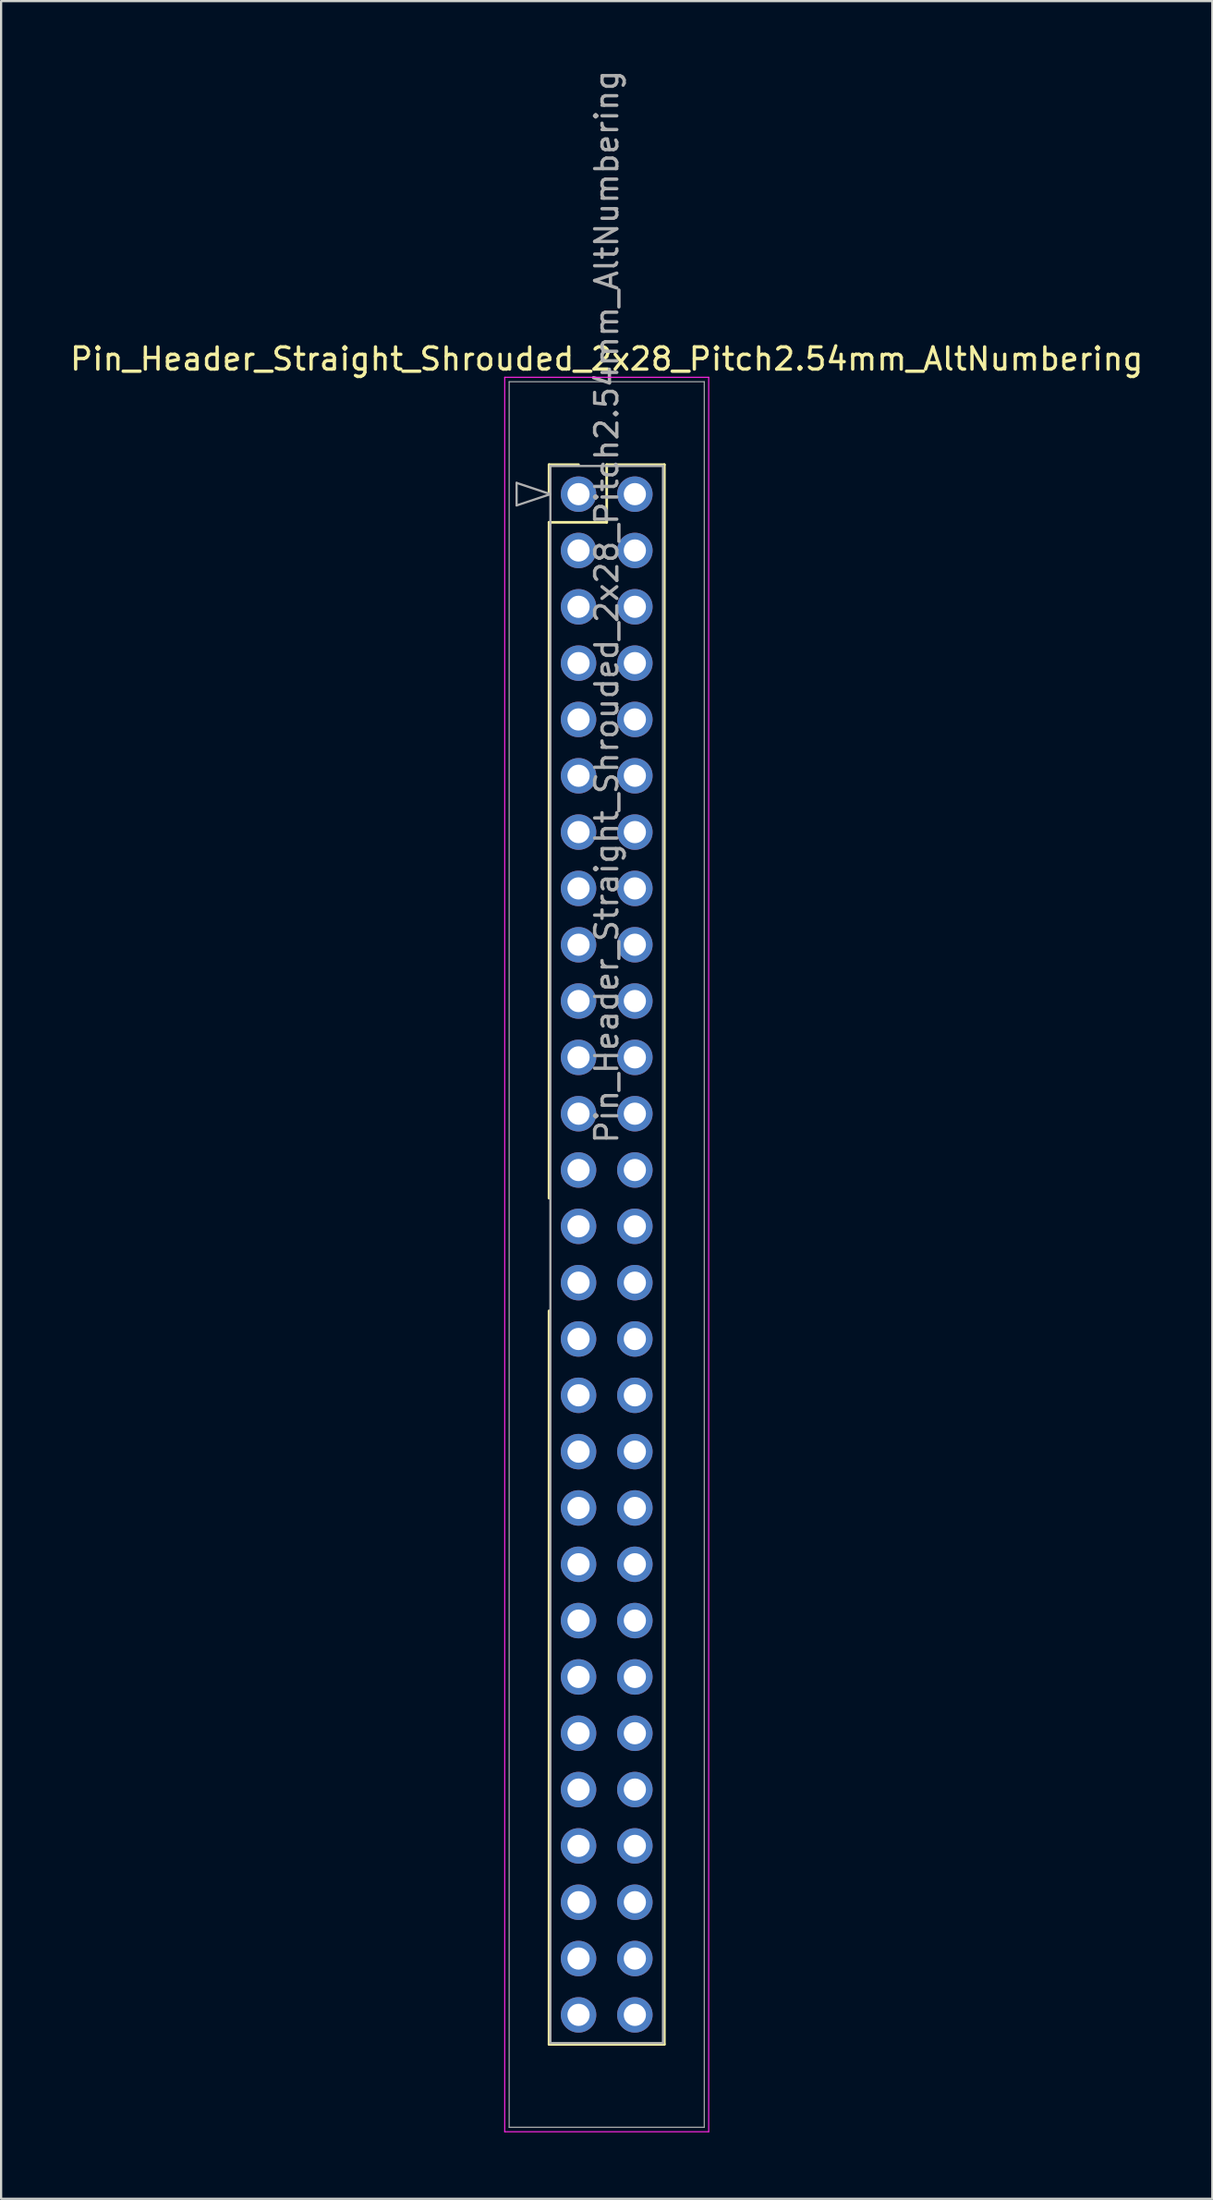
<source format=kicad_pcb>
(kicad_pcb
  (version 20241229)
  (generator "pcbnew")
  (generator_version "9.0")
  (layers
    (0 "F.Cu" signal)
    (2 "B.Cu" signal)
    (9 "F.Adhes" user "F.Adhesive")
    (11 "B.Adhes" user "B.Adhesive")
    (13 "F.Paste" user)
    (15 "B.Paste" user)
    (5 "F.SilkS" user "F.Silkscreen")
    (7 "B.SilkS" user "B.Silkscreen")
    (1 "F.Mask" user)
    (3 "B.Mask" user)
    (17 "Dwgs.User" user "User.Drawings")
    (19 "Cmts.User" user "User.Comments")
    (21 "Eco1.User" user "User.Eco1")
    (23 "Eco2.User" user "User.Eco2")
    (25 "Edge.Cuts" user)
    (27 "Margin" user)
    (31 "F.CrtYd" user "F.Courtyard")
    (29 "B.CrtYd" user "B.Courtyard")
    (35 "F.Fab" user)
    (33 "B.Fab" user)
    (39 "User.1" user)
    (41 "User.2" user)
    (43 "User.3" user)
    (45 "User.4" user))
  (footprint "Pin_Header_Straight_Shrouded_2x28_Pitch2.54mm_AltNumbering"
    (layer "F.Cu")
    (at 23.045 19.235)
    (property "Reference" "Pin_Header_Straight_Shrouded_2x28_Pitch2.54mm_AltNumbering" (at 1.27 -6.096 0) (layer "F.SilkS") (effects (font (size 1 1) (thickness 0.15))))
    (attr through_hole)
    (fp_line (start -1.33 -1.33) (end 0 -1.33) (stroke (width 0.12) (type solid)) (layer "F.SilkS"))
    (fp_line (start -1.33 0) (end -1.33 -1.33) (stroke (width 0.12) (type solid)) (layer "F.SilkS"))
    (fp_line (start -1.33 1.27) (end -1.33 31.75) (stroke (width 0.12) (type solid)) (layer "F.SilkS"))
    (fp_line (start -1.33 1.27) (end 1.27 1.27) (stroke (width 0.12) (type solid)) (layer "F.SilkS"))
    (fp_line (start -1.33 36.83) (end -1.33 69.91) (stroke (width 0.12) (type solid)) (layer "F.SilkS"))
    (fp_line (start -1.33 69.91) (end 3.87 69.91) (stroke (width 0.12) (type solid)) (layer "F.SilkS"))
    (fp_line (start 1.27 -1.33) (end 3.87 -1.33) (stroke (width 0.12) (type solid)) (layer "F.SilkS"))
    (fp_line (start 1.27 1.27) (end 1.27 -1.33) (stroke (width 0.12) (type solid)) (layer "F.SilkS"))
    (fp_line (start 3.87 -1.33) (end 3.87 69.91) (stroke (width 0.12) (type solid)) (layer "F.SilkS"))
    (fp_line (start -3.33 -5.27) (end -3.33 73.85) (stroke (width 0.05) (type solid)) (layer "F.CrtYd"))
    (fp_line (start -3.33 73.85) (end 5.87 73.85) (stroke (width 0.05) (type solid)) (layer "F.CrtYd"))
    (fp_line (start 5.87 -5.27) (end -3.33 -5.27) (stroke (width 0.05) (type solid)) (layer "F.CrtYd"))
    (fp_line (start 5.87 73.85) (end 5.87 -5.27) (stroke (width 0.05) (type solid)) (layer "F.CrtYd"))
    (fp_line (start -3.13 -5.07) (end -3.13 73.65) (stroke (width 0.05) (type solid)) (layer "F.Fab"))
    (fp_line (start -3.13 73.65) (end 5.67 73.65) (stroke (width 0.05) (type solid)) (layer "F.Fab"))
    (fp_line (start -2.794 -0.508) (end -1.27 0) (stroke (width 0.1) (type solid)) (layer "F.Fab"))
    (fp_line (start -2.794 0.508) (end -2.794 -0.508) (stroke (width 0.1) (type solid)) (layer "F.Fab"))
    (fp_line (start -1.27 -1.27) (end -1.27 69.85) (stroke (width 0.1) (type solid)) (layer "F.Fab"))
    (fp_line (start -1.27 0) (end -2.794 0.508) (stroke (width 0.1) (type solid)) (layer "F.Fab"))
    (fp_line (start -1.27 69.85) (end 3.81 69.85) (stroke (width 0.1) (type solid)) (layer "F.Fab"))
    (fp_line (start 3.81 -1.27) (end -1.27 -1.27) (stroke (width 0.1) (type solid)) (layer "F.Fab"))
    (fp_line (start 3.81 69.85) (end 3.81 -1.27) (stroke (width 0.1) (type solid)) (layer "F.Fab"))
    (fp_line (start 5.67 -5.07) (end -3.13 -5.07) (stroke (width 0.05) (type solid)) (layer "F.Fab"))
    (fp_line (start 5.67 73.65) (end 5.67 -5.07) (stroke (width 0.05) (type solid)) (layer "F.Fab"))
    (fp_text user "${REFERENCE}" (at 1.27 5.08 90) (layer "F.Fab") (effects (font (size 1 1) (thickness 0.15))))
    (pad "1" thru_hole oval (at 0 0) (size 1.6 1.6) (drill 1) (layers "*.Cu" "*.Mask"))
    (pad "2" thru_hole oval (at 0 2.54) (size 1.6 1.6) (drill 1) (layers "*.Cu" "*.Mask"))
    (pad "3" thru_hole oval (at 0 5.08) (size 1.6 1.6) (drill 1) (layers "*.Cu" "*.Mask"))
    (pad "4" thru_hole oval (at 0 7.62) (size 1.6 1.6) (drill 1) (layers "*.Cu" "*.Mask"))
    (pad "5" thru_hole oval (at 0 10.16) (size 1.6 1.6) (drill 1) (layers "*.Cu" "*.Mask"))
    (pad "6" thru_hole oval (at 0 12.7) (size 1.6 1.6) (drill 1) (layers "*.Cu" "*.Mask"))
    (pad "7" thru_hole oval (at 0 15.24) (size 1.6 1.6) (drill 1) (layers "*.Cu" "*.Mask"))
    (pad "8" thru_hole oval (at 0 17.78) (size 1.6 1.6) (drill 1) (layers "*.Cu" "*.Mask"))
    (pad "9" thru_hole oval (at 0 20.32) (size 1.6 1.6) (drill 1) (layers "*.Cu" "*.Mask"))
    (pad "10" thru_hole oval (at 0 22.86) (size 1.6 1.6) (drill 1) (layers "*.Cu" "*.Mask"))
    (pad "11" thru_hole oval (at 0 25.4) (size 1.6 1.6) (drill 1) (layers "*.Cu" "*.Mask"))
    (pad "12" thru_hole oval (at 0 27.94) (size 1.6 1.6) (drill 1) (layers "*.Cu" "*.Mask"))
    (pad "13" thru_hole oval (at 0 30.48) (size 1.6 1.6) (drill 1) (layers "*.Cu" "*.Mask"))
    (pad "14" thru_hole oval (at 0 33.02) (size 1.6 1.6) (drill 1) (layers "*.Cu" "*.Mask"))
    (pad "15" thru_hole oval (at 0 35.56) (size 1.6 1.6) (drill 1) (layers "*.Cu" "*.Mask"))
    (pad "16" thru_hole oval (at 0 38.1) (size 1.6 1.6) (drill 1) (layers "*.Cu" "*.Mask"))
    (pad "17" thru_hole oval (at 0 40.64) (size 1.6 1.6) (drill 1) (layers "*.Cu" "*.Mask"))
    (pad "18" thru_hole oval (at 0 43.18) (size 1.6 1.6) (drill 1) (layers "*.Cu" "*.Mask"))
    (pad "19" thru_hole oval (at 0 45.72) (size 1.6 1.6) (drill 1) (layers "*.Cu" "*.Mask"))
    (pad "20" thru_hole oval (at 0 48.26) (size 1.6 1.6) (drill 1) (layers "*.Cu" "*.Mask"))
    (pad "21" thru_hole oval (at 0 50.8) (size 1.6 1.6) (drill 1) (layers "*.Cu" "*.Mask"))
    (pad "22" thru_hole oval (at 0 53.34) (size 1.6 1.6) (drill 1) (layers "*.Cu" "*.Mask"))
    (pad "23" thru_hole oval (at 0 55.88) (size 1.6 1.6) (drill 1) (layers "*.Cu" "*.Mask"))
    (pad "24" thru_hole oval (at 0 58.42) (size 1.6 1.6) (drill 1) (layers "*.Cu" "*.Mask"))
    (pad "25" thru_hole oval (at 0 60.96) (size 1.6 1.6) (drill 1) (layers "*.Cu" "*.Mask"))
    (pad "26" thru_hole oval (at 0 63.5) (size 1.6 1.6) (drill 1) (layers "*.Cu" "*.Mask"))
    (pad "27" thru_hole oval (at 0 66.04) (size 1.6 1.6) (drill 1) (layers "*.Cu" "*.Mask"))
    (pad "28" thru_hole oval (at 0 68.58) (size 1.6 1.6) (drill 1) (layers "*.Cu" "*.Mask"))
    (pad "29" thru_hole oval (at 2.54 0) (size 1.6 1.6) (drill 1) (layers "*.Cu" "*.Mask"))
    (pad "30" thru_hole oval (at 2.54 2.54) (size 1.6 1.6) (drill 1) (layers "*.Cu" "*.Mask"))
    (pad "31" thru_hole oval (at 2.54 5.08) (size 1.6 1.6) (drill 1) (layers "*.Cu" "*.Mask"))
    (pad "32" thru_hole oval (at 2.54 7.62) (size 1.6 1.6) (drill 1) (layers "*.Cu" "*.Mask"))
    (pad "33" thru_hole oval (at 2.54 10.16) (size 1.6 1.6) (drill 1) (layers "*.Cu" "*.Mask"))
    (pad "34" thru_hole oval (at 2.54 12.7) (size 1.6 1.6) (drill 1) (layers "*.Cu" "*.Mask"))
    (pad "35" thru_hole oval (at 2.54 15.24) (size 1.6 1.6) (drill 1) (layers "*.Cu" "*.Mask"))
    (pad "36" thru_hole oval (at 2.54 17.78) (size 1.6 1.6) (drill 1) (layers "*.Cu" "*.Mask"))
    (pad "37" thru_hole oval (at 2.54 20.32) (size 1.6 1.6) (drill 1) (layers "*.Cu" "*.Mask"))
    (pad "38" thru_hole oval (at 2.54 22.86) (size 1.6 1.6) (drill 1) (layers "*.Cu" "*.Mask"))
    (pad "39" thru_hole oval (at 2.54 25.4) (size 1.6 1.6) (drill 1) (layers "*.Cu" "*.Mask"))
    (pad "40" thru_hole oval (at 2.54 27.94) (size 1.6 1.6) (drill 1) (layers "*.Cu" "*.Mask"))
    (pad "41" thru_hole oval (at 2.54 30.48) (size 1.6 1.6) (drill 1) (layers "*.Cu" "*.Mask"))
    (pad "42" thru_hole oval (at 2.54 33.02) (size 1.6 1.6) (drill 1) (layers "*.Cu" "*.Mask"))
    (pad "43" thru_hole oval (at 2.54 35.56) (size 1.6 1.6) (drill 1) (layers "*.Cu" "*.Mask"))
    (pad "44" thru_hole oval (at 2.54 38.1) (size 1.6 1.6) (drill 1) (layers "*.Cu" "*.Mask"))
    (pad "45" thru_hole oval (at 2.54 40.64) (size 1.6 1.6) (drill 1) (layers "*.Cu" "*.Mask"))
    (pad "46" thru_hole oval (at 2.54 43.18) (size 1.6 1.6) (drill 1) (layers "*.Cu" "*.Mask"))
    (pad "47" thru_hole oval (at 2.54 45.72) (size 1.6 1.6) (drill 1) (layers "*.Cu" "*.Mask"))
    (pad "48" thru_hole oval (at 2.54 48.26) (size 1.6 1.6) (drill 1) (layers "*.Cu" "*.Mask"))
    (pad "49" thru_hole oval (at 2.54 50.8) (size 1.6 1.6) (drill 1) (layers "*.Cu" "*.Mask"))
    (pad "50" thru_hole oval (at 2.54 53.34) (size 1.6 1.6) (drill 1) (layers "*.Cu" "*.Mask"))
    (pad "51" thru_hole oval (at 2.54 55.88) (size 1.6 1.6) (drill 1) (layers "*.Cu" "*.Mask"))
    (pad "52" thru_hole oval (at 2.54 58.42) (size 1.6 1.6) (drill 1) (layers "*.Cu" "*.Mask"))
    (pad "53" thru_hole oval (at 2.54 60.96) (size 1.6 1.6) (drill 1) (layers "*.Cu" "*.Mask"))
    (pad "54" thru_hole oval (at 2.54 63.5) (size 1.6 1.6) (drill 1) (layers "*.Cu" "*.Mask"))
    (pad "55" thru_hole oval (at 2.54 66.04) (size 1.6 1.6) (drill 1) (layers "*.Cu" "*.Mask"))
    (pad "56" thru_hole oval (at 2.54 68.58) (size 1.6 1.6) (drill 1) (layers "*.Cu" "*.Mask")))
  (gr_rect
    (start -3 -3)
    (end 51.631 96.11)
    (stroke (width 0.1) (type default))
    (fill no)
    (layer "Edge.Cuts")))
</source>
